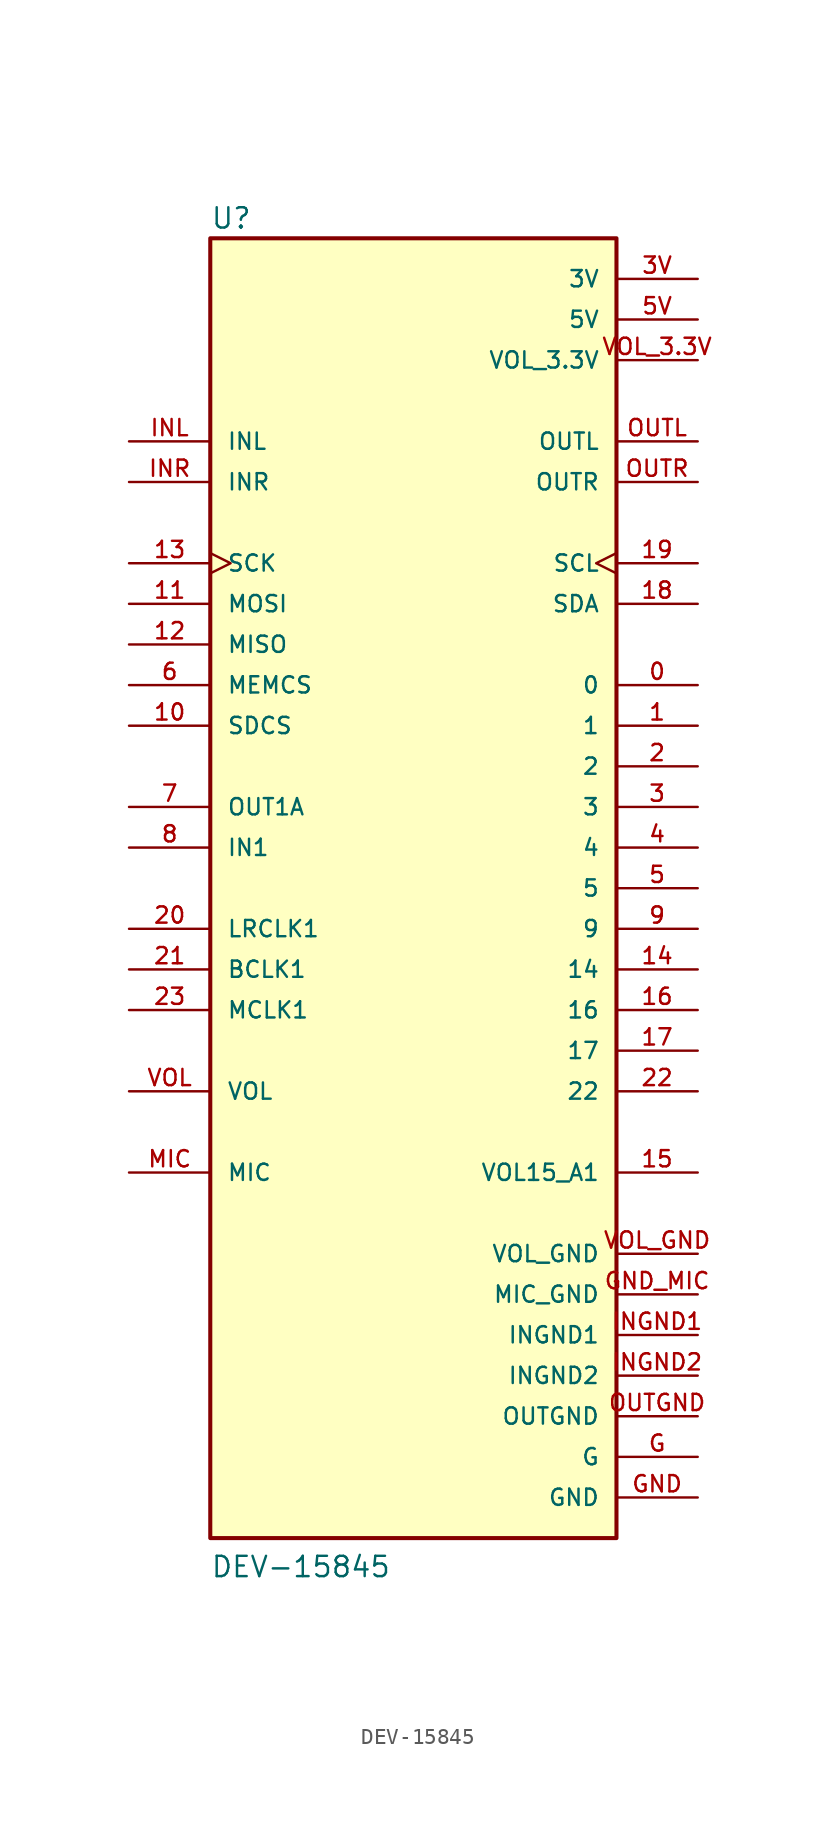
<source format=kicad_sym>
(kicad_symbol_lib
  (version 20211014)
  (generator kicad_symbol_editor)
  (symbol "DEV-15845"
    (pin_names
      (offset 1.016))
    (property "Reference" "U"
      (at -12.7 41.148 0)
      (effects (font (size 1.27 1.27)) (justify bottom left)))
    (property "Value" "DEV-15845"
      (at -12.7 -43.18 0)
      (effects (font (size 1.27 1.27)) (justify bottom left)))
    (symbol "DEV-15845_0_0"
      (rectangle (start -12.7 -40.64) (end 12.7 40.64) (stroke (width 0.254)) (fill (type background)))
      (pin power_in line (at 17.78 -27.94 180.0) (length 5.08) (name "INGND1" (effects (font (size 1.016 1.016)))) (number "INGND1" (effects (font (size 1.016 1.016)))))
      (pin power_in line (at 17.78 -30.48 180.0) (length 5.08) (name "INGND2" (effects (font (size 1.016 1.016)))) (number "INGND2" (effects (font (size 1.016 1.016)))))
      (pin input line (at -17.78 27.94 0) (length 5.08) (name "INL" (effects (font (size 1.016 1.016)))) (number "INL" (effects (font (size 1.016 1.016)))))
      (pin input line (at -17.78 25.4 0) (length 5.08) (name "INR" (effects (font (size 1.016 1.016)))) (number "INR" (effects (font (size 1.016 1.016)))))
      (pin power_in line (at 17.78 -33.02 180.0) (length 5.08) (name "OUTGND" (effects (font (size 1.016 1.016)))) (number "OUTGND" (effects (font (size 1.016 1.016)))))
      (pin output line (at 17.78 27.94 180.0) (length 5.08) (name "OUTL" (effects (font (size 1.016 1.016)))) (number "OUTL" (effects (font (size 1.016 1.016)))))
      (pin power_in line (at 17.78 -25.4 180.0) (length 5.08) (name "MIC_GND" (effects (font (size 1.016 1.016)))) (number "GND_MIC" (effects (font (size 1.016 1.016)))))
      (pin input line (at -17.78 -17.78 0) (length 5.08) (name "MIC" (effects (font (size 1.016 1.016)))) (number "MIC" (effects (font (size 1.016 1.016)))))
      (pin power_in line (at 17.78 -22.86 180.0) (length 5.08) (name "VOL_GND" (effects (font (size 1.016 1.016)))) (number "VOL_GND" (effects (font (size 1.016 1.016)))))
      (pin input line (at -17.78 -12.7 0) (length 5.08) (name "VOL" (effects (font (size 1.016 1.016)))) (number "VOL" (effects (font (size 1.016 1.016)))))
      (pin power_in line (at 17.78 33.02 180.0) (length 5.08) (name "VOL_3.3V" (effects (font (size 1.016 1.016)))) (number "VOL_3.3V" (effects (font (size 1.016 1.016)))))
      (pin output line (at 17.78 25.4 180.0) (length 5.08) (name "OUTR" (effects (font (size 1.016 1.016)))) (number "OUTR" (effects (font (size 1.016 1.016)))))
      (pin power_in line (at 17.78 -38.1 180.0) (length 5.08) (name "GND" (effects (font (size 1.016 1.016)))) (number "GND" (effects (font (size 1.016 1.016)))))
      (pin power_in line (at 17.78 35.56 180.0) (length 5.08) (name "5V" (effects (font (size 1.016 1.016)))) (number "5V" (effects (font (size 1.016 1.016)))))
      (pin power_in line (at 17.78 -35.56 180.0) (length 5.08) (name "G" (effects (font (size 1.016 1.016)))) (number "G" (effects (font (size 1.016 1.016)))))
      (pin power_in line (at 17.78 38.1 180.0) (length 5.08) (name "3V" (effects (font (size 1.016 1.016)))) (number "3V" (effects (font (size 1.016 1.016)))))
      (pin bidirectional line (at 17.78 12.7 180.0) (length 5.08) (name "0" (effects (font (size 1.016 1.016)))) (number "0" (effects (font (size 1.016 1.016)))))
      (pin bidirectional line (at 17.78 10.16 180.0) (length 5.08) (name "1" (effects (font (size 1.016 1.016)))) (number "1" (effects (font (size 1.016 1.016)))))
      (pin bidirectional line (at 17.78 7.62 180.0) (length 5.08) (name "2" (effects (font (size 1.016 1.016)))) (number "2" (effects (font (size 1.016 1.016)))))
      (pin bidirectional line (at 17.78 5.08 180.0) (length 5.08) (name "3" (effects (font (size 1.016 1.016)))) (number "3" (effects (font (size 1.016 1.016)))))
      (pin bidirectional line (at 17.78 2.54 180.0) (length 5.08) (name "4" (effects (font (size 1.016 1.016)))) (number "4" (effects (font (size 1.016 1.016)))))
      (pin bidirectional line (at 17.78 0.0 180.0) (length 5.08) (name "5" (effects (font (size 1.016 1.016)))) (number "5" (effects (font (size 1.016 1.016)))))
      (pin input line (at -17.78 12.7 0) (length 5.08) (name "MEMCS" (effects (font (size 1.016 1.016)))) (number "6" (effects (font (size 1.016 1.016)))))
      (pin output line (at -17.78 5.08 0) (length 5.08) (name "OUT1A" (effects (font (size 1.016 1.016)))) (number "7" (effects (font (size 1.016 1.016)))))
      (pin input line (at -17.78 2.54 0) (length 5.08) (name "IN1" (effects (font (size 1.016 1.016)))) (number "8" (effects (font (size 1.016 1.016)))))
      (pin bidirectional line (at 17.78 -2.54 180.0) (length 5.08) (name "9" (effects (font (size 1.016 1.016)))) (number "9" (effects (font (size 1.016 1.016)))))
      (pin bidirectional line (at -17.78 10.16 0) (length 5.08) (name "SDCS" (effects (font (size 1.016 1.016)))) (number "10" (effects (font (size 1.016 1.016)))))
      (pin bidirectional line (at -17.78 17.78 0) (length 5.08) (name "MOSI" (effects (font (size 1.016 1.016)))) (number "11" (effects (font (size 1.016 1.016)))))
      (pin bidirectional line (at -17.78 15.24 0) (length 5.08) (name "MISO" (effects (font (size 1.016 1.016)))) (number "12" (effects (font (size 1.016 1.016)))))
      (pin bidirectional clock (at -17.78 20.32 0) (length 5.08) (name "SCK" (effects (font (size 1.016 1.016)))) (number "13" (effects (font (size 1.016 1.016)))))
      (pin bidirectional line (at 17.78 -5.08 180.0) (length 5.08) (name "14" (effects (font (size 1.016 1.016)))) (number "14" (effects (font (size 1.016 1.016)))))
      (pin bidirectional line (at 17.78 -17.78 180.0) (length 5.08) (name "VOL15_A1" (effects (font (size 1.016 1.016)))) (number "15" (effects (font (size 1.016 1.016)))))
      (pin bidirectional line (at 17.78 -7.62 180.0) (length 5.08) (name "16" (effects (font (size 1.016 1.016)))) (number "16" (effects (font (size 1.016 1.016)))))
      (pin bidirectional line (at 17.78 -10.16 180.0) (length 5.08) (name "17" (effects (font (size 1.016 1.016)))) (number "17" (effects (font (size 1.016 1.016)))))
      (pin bidirectional line (at 17.78 17.78 180.0) (length 5.08) (name "SDA" (effects (font (size 1.016 1.016)))) (number "18" (effects (font (size 1.016 1.016)))))
      (pin bidirectional clock (at 17.78 20.32 180.0) (length 5.08) (name "SCL" (effects (font (size 1.016 1.016)))) (number "19" (effects (font (size 1.016 1.016)))))
      (pin bidirectional line (at -17.78 -2.54 0) (length 5.08) (name "LRCLK1" (effects (font (size 1.016 1.016)))) (number "20" (effects (font (size 1.016 1.016)))))
      (pin bidirectional line (at -17.78 -5.08 0) (length 5.08) (name "BCLK1" (effects (font (size 1.016 1.016)))) (number "21" (effects (font (size 1.016 1.016)))))
      (pin bidirectional line (at 17.78 -12.7 180.0) (length 5.08) (name "22" (effects (font (size 1.016 1.016)))) (number "22" (effects (font (size 1.016 1.016)))))
      (pin bidirectional line (at -17.78 -7.62 0) (length 5.08) (name "MCLK1" (effects (font (size 1.016 1.016)))) (number "23" (effects (font (size 1.016 1.016))))))))
</source>
